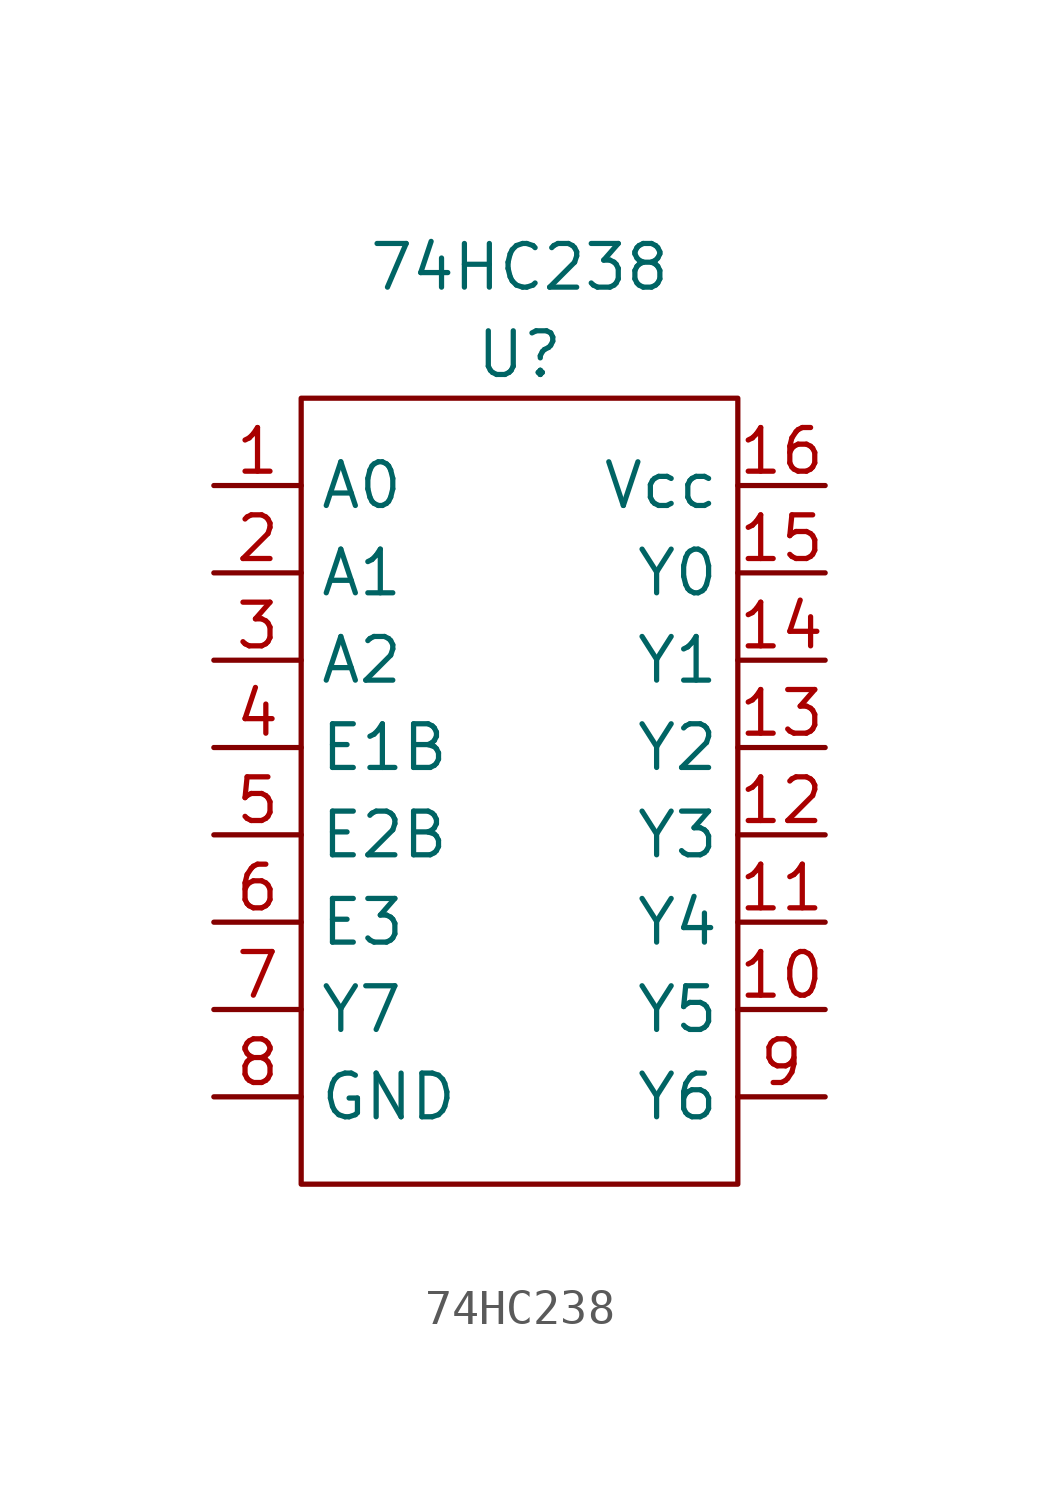
<source format=kicad_sym>
(kicad_symbol_lib
  (version 20211014)
  (generator kicad_symbol_editor)
  (symbol "74HC238"
    (property "Reference" "U"
      (at 0 11.43 0)
      (effects (font (size 1.27 1.27))))
    (property "Value" "74HC238"
      (at 0 13.97 0)
      (effects (font (size 1.27 1.27))))
    (symbol "74HC238_0_1"
      (rectangle (start 6.35 -12.7) (end -6.35 10.16) (stroke (width 0) (type default) (color 0 0 0 0)) (fill (type none))))
    (symbol "74HC238_1_1"
      (pin input line (at -8.89 7.62 0) (length 2.54) (name "A0" (effects (font (size 1.27 1.27)))) (number "1" (effects (font (size 1.27 1.27)))))
      (pin output line (at 8.89 -7.62 180) (length 2.54) (name "Y5" (effects (font (size 1.27 1.27)))) (number "10" (effects (font (size 1.27 1.27)))))
      (pin output line (at 8.89 -5.08 180) (length 2.54) (name "Y4" (effects (font (size 1.27 1.27)))) (number "11" (effects (font (size 1.27 1.27)))))
      (pin output line (at 8.89 -2.54 180) (length 2.54) (name "Y3" (effects (font (size 1.27 1.27)))) (number "12" (effects (font (size 1.27 1.27)))))
      (pin output line (at 8.89 0 180) (length 2.54) (name "Y2" (effects (font (size 1.27 1.27)))) (number "13" (effects (font (size 1.27 1.27)))))
      (pin output line (at 8.89 2.54 180) (length 2.54) (name "Y1" (effects (font (size 1.27 1.27)))) (number "14" (effects (font (size 1.27 1.27)))))
      (pin output line (at 8.89 5.08 180) (length 2.54) (name "Y0" (effects (font (size 1.27 1.27)))) (number "15" (effects (font (size 1.27 1.27)))))
      (pin power_in line (at 8.89 7.62 180) (length 2.54) (name "Vcc" (effects (font (size 1.27 1.27)))) (number "16" (effects (font (size 1.27 1.27)))))
      (pin input line (at -8.89 5.08 0) (length 2.54) (name "A1" (effects (font (size 1.27 1.27)))) (number "2" (effects (font (size 1.27 1.27)))))
      (pin input line (at -8.89 2.54 0) (length 2.54) (name "A2" (effects (font (size 1.27 1.27)))) (number "3" (effects (font (size 1.27 1.27)))))
      (pin input line (at -8.89 0 0) (length 2.54) (name "E1B" (effects (font (size 1.27 1.27)))) (number "4" (effects (font (size 1.27 1.27)))))
      (pin input line (at -8.89 -2.54 0) (length 2.54) (name "E2B" (effects (font (size 1.27 1.27)))) (number "5" (effects (font (size 1.27 1.27)))))
      (pin input line (at -8.89 -5.08 0) (length 2.54) (name "E3" (effects (font (size 1.27 1.27)))) (number "6" (effects (font (size 1.27 1.27)))))
      (pin output line (at -8.89 -7.62 0) (length 2.54) (name "Y7" (effects (font (size 1.27 1.27)))) (number "7" (effects (font (size 1.27 1.27)))))
      (pin power_in line (at -8.89 -10.16 0) (length 2.54) (name "GND" (effects (font (size 1.27 1.27)))) (number "8" (effects (font (size 1.27 1.27)))))
      (pin output line (at 8.89 -10.16 180) (length 2.54) (name "Y6" (effects (font (size 1.27 1.27)))) (number "9" (effects (font (size 1.27 1.27))))))))
</source>
